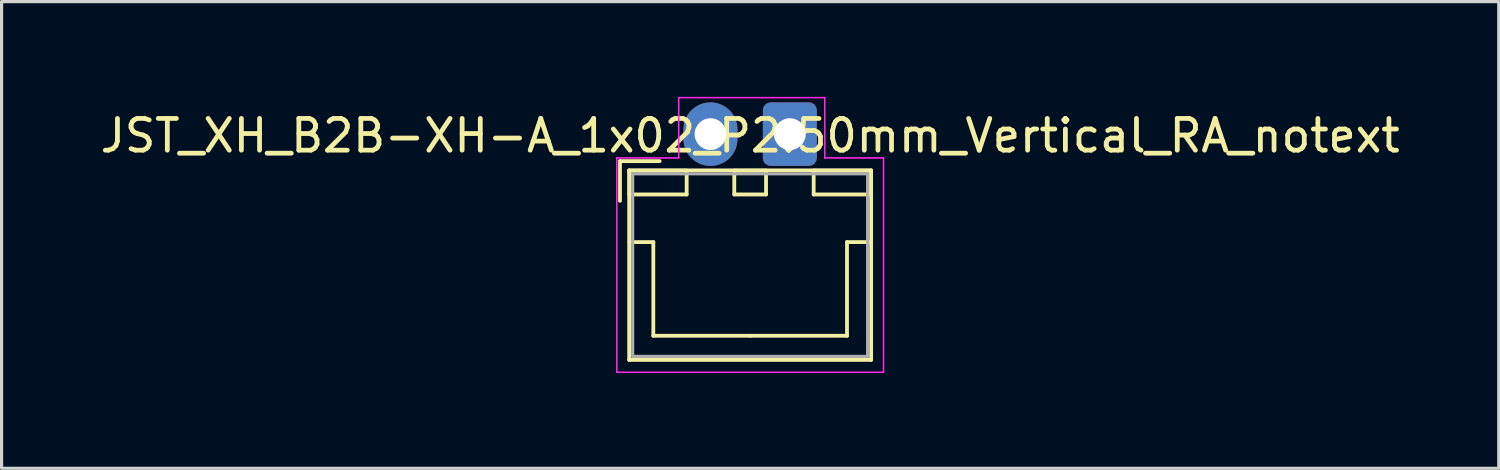
<source format=kicad_pcb>
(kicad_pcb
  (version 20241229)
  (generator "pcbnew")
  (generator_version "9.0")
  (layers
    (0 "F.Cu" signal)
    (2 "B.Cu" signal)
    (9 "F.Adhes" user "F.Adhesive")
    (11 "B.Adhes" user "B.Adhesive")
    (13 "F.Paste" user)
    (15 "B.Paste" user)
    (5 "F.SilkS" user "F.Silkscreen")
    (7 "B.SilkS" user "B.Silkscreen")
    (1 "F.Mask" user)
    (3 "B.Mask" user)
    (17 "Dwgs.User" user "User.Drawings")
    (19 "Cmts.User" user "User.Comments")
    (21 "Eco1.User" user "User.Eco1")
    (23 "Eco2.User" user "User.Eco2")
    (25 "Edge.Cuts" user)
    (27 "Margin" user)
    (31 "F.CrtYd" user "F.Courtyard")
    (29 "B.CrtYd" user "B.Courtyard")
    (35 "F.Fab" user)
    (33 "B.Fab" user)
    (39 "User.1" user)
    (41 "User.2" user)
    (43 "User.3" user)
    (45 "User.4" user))
  (footprint "JST_XH_B2B-XH-A_1x02_P2.50mm_Vertical_RA_notext"
    (layer "F.Cu")
    (at 19.327 4.775)
    (property "Reference" "JST_XH_B2B-XH-A_1x02_P2.50mm_Vertical_RA_notext" (at 1.25 -3.55 0) (layer "F.SilkS") (effects (font (size 1 1) (thickness 0.15))))
    (attr through_hole)
    (fp_line (start -2.85 -2.75) (end -2.85 -1.5) (stroke (width 0.12) (type solid)) (layer "F.SilkS"))
    (fp_line (start -2.56 -2.46) (end -2.56 3.51) (stroke (width 0.12) (type solid)) (layer "F.SilkS"))
    (fp_line (start -2.56 3.51) (end 5.06 3.51) (stroke (width 0.12) (type solid)) (layer "F.SilkS"))
    (fp_line (start -2.55 -2.45) (end -2.55 -1.7) (stroke (width 0.12) (type solid)) (layer "F.SilkS"))
    (fp_line (start -2.55 -1.7) (end -0.75 -1.7) (stroke (width 0.12) (type solid)) (layer "F.SilkS"))
    (fp_line (start -2.55 -0.2) (end -1.8 -0.2) (stroke (width 0.12) (type solid)) (layer "F.SilkS"))
    (fp_line (start -1.8 -0.2) (end -1.8 2.75) (stroke (width 0.12) (type solid)) (layer "F.SilkS"))
    (fp_line (start -1.8 2.75) (end 1.25 2.75) (stroke (width 0.12) (type solid)) (layer "F.SilkS"))
    (fp_line (start -1.6 -2.75) (end -2.85 -2.75) (stroke (width 0.12) (type solid)) (layer "F.SilkS"))
    (fp_line (start -0.75 -2.45) (end -2.55 -2.45) (stroke (width 0.12) (type solid)) (layer "F.SilkS"))
    (fp_line (start -0.75 -1.7) (end -0.75 -2.45) (stroke (width 0.12) (type solid)) (layer "F.SilkS"))
    (fp_line (start 0.75 -2.45) (end 0.75 -1.7) (stroke (width 0.12) (type solid)) (layer "F.SilkS"))
    (fp_line (start 0.75 -1.7) (end 1.75 -1.7) (stroke (width 0.12) (type solid)) (layer "F.SilkS"))
    (fp_line (start 1.75 -2.45) (end 0.75 -2.45) (stroke (width 0.12) (type solid)) (layer "F.SilkS"))
    (fp_line (start 1.75 -1.7) (end 1.75 -2.45) (stroke (width 0.12) (type solid)) (layer "F.SilkS"))
    (fp_line (start 3.25 -2.45) (end 3.25 -1.7) (stroke (width 0.12) (type solid)) (layer "F.SilkS"))
    (fp_line (start 3.25 -1.7) (end 5.05 -1.7) (stroke (width 0.12) (type solid)) (layer "F.SilkS"))
    (fp_line (start 4.3 -0.2) (end 4.3 2.75) (stroke (width 0.12) (type solid)) (layer "F.SilkS"))
    (fp_line (start 4.3 2.75) (end 1.25 2.75) (stroke (width 0.12) (type solid)) (layer "F.SilkS"))
    (fp_line (start 5.05 -2.45) (end 3.25 -2.45) (stroke (width 0.12) (type solid)) (layer "F.SilkS"))
    (fp_line (start 5.05 -1.7) (end 5.05 -2.45) (stroke (width 0.12) (type solid)) (layer "F.SilkS"))
    (fp_line (start 5.05 -0.2) (end 4.3 -0.2) (stroke (width 0.12) (type solid)) (layer "F.SilkS"))
    (fp_line (start 5.06 -2.46) (end -2.56 -2.46) (stroke (width 0.12) (type solid)) (layer "F.SilkS"))
    (fp_line (start 5.06 3.51) (end 5.06 -2.46) (stroke (width 0.12) (type solid)) (layer "F.SilkS"))
    (fp_line (start -2.95 -2.85) (end -2.95 3.9) (stroke (width 0.05) (type solid)) (layer "F.CrtYd"))
    (fp_line (start -2.95 -2.85) (end -1 -2.85) (stroke (width 0.05) (type default)) (layer "F.CrtYd"))
    (fp_line (start -2.95 3.9) (end 5.45 3.9) (stroke (width 0.05) (type solid)) (layer "F.CrtYd"))
    (fp_line (start -1 -4.75) (end -1 -2.85) (stroke (width 0.05) (type default)) (layer "F.CrtYd"))
    (fp_line (start 3.6 -4.75) (end -1 -4.75) (stroke (width 0.05) (type solid)) (layer "F.CrtYd"))
    (fp_line (start 3.6 -2.85) (end 3.6 -4.75) (stroke (width 0.05) (type default)) (layer "F.CrtYd"))
    (fp_line (start 5.45 -2.85) (end 3.6 -2.85) (stroke (width 0.05) (type default)) (layer "F.CrtYd"))
    (fp_line (start 5.45 3.9) (end 5.45 -2.85) (stroke (width 0.05) (type solid)) (layer "F.CrtYd"))
    (fp_line (start -2.45 -2.35) (end -2.45 3.4) (stroke (width 0.1) (type solid)) (layer "F.Fab"))
    (fp_line (start -2.45 3.4) (end 4.95 3.4) (stroke (width 0.1) (type solid)) (layer "F.Fab"))
    (fp_line (start 4.95 -2.35) (end -2.45 -2.35) (stroke (width 0.1) (type solid)) (layer "F.Fab"))
    (fp_line (start 4.95 3.4) (end 4.95 -2.35) (stroke (width 0.1) (type solid)) (layer "F.Fab"))
    (pad "1" thru_hole roundrect (at 2.5 -3.6) (size 1.7 2) (drill 1) (layers "*.Cu" "*.Mask") (roundrect_rratio 0.147))
    (pad "2" thru_hole oval (at 0 -3.6) (size 1.7 2) (drill 1) (layers "*.Cu" "*.Mask")))
  (gr_rect
    (start -3 -3)
    (end 44.155 11.7)
    (stroke (width 0.1) (type default))
    (fill no)
    (layer "Edge.Cuts")))
</source>
